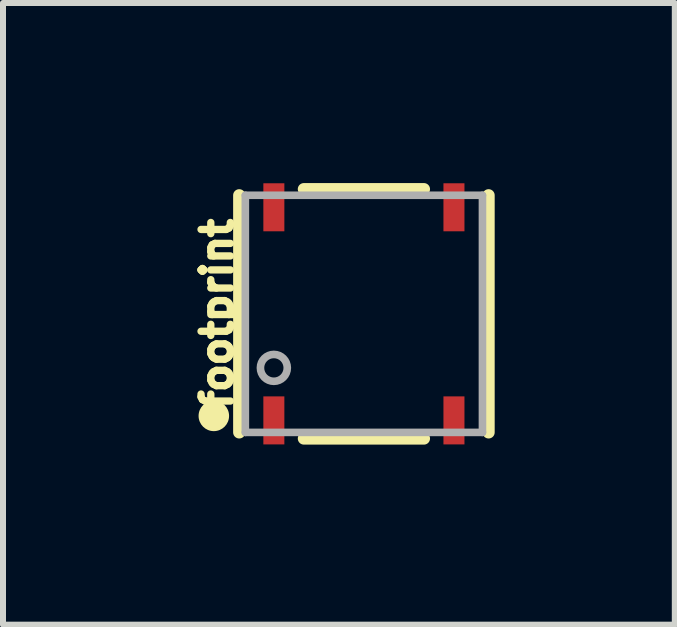
<source format=kicad_pcb>
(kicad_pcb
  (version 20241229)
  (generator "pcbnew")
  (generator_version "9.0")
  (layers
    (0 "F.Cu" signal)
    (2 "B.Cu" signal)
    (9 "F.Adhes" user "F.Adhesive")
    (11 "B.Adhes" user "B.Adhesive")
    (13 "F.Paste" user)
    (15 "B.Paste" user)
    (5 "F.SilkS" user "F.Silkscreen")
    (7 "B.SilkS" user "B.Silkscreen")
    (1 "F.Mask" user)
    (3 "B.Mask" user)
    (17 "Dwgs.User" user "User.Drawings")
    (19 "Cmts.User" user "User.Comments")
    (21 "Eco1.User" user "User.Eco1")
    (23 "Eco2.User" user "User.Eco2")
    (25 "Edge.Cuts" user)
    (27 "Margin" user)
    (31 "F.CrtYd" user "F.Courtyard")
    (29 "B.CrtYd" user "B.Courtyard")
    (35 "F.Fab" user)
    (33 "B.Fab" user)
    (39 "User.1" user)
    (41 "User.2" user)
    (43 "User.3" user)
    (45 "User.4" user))
  (footprint "footprint"
    (layer "F.Cu")
    (at 3.012 2.178)
    (property "Reference" "footprint" (at -2.159 0 90) (layer "F.SilkS") (effects (font (size 0.488 0.488) (thickness 0.122)) (justify bottom)))
    (fp_line (start -2.077 -1.975) (end -2.077 1.975) (stroke (width 0.203) (type solid)) (layer "F.SilkS"))
    (fp_line (start 1 -2.077) (end -1 -2.077) (stroke (width 0.203) (type solid)) (layer "F.SilkS"))
    (fp_line (start 1 2.077) (end -1 2.077) (stroke (width 0.203) (type solid)) (layer "F.SilkS"))
    (fp_line (start 2.077 -1.975) (end 2.077 1.975) (stroke (width 0.203) (type solid)) (layer "F.SilkS"))
    (fp_circle (center -2.5 1.7) (end -2.373 1.7) (stroke (width 0.254) (type solid)) (fill yes) (layer "F.SilkS"))
    (fp_line (start -1.975 -1.975) (end -1.975 1.975) (stroke (width 0.127) (type solid)) (layer "F.Fab"))
    (fp_line (start -1.975 1.975) (end 1.975 1.975) (stroke (width 0.127) (type solid)) (layer "F.Fab"))
    (fp_line (start 1.975 -1.975) (end -1.975 -1.975) (stroke (width 0.127) (type solid)) (layer "F.Fab"))
    (fp_line (start 1.975 1.975) (end 1.975 -1.975) (stroke (width 0.127) (type solid)) (layer "F.Fab"))
    (fp_circle (center -1.5 0.9) (end -1.276 0.9) (stroke (width 0.127) (type solid)) (fill no) (layer "F.Fab"))
    (pad "1" smd rect (at -1.5 1.775 90) (size 0.8 0.35) (layers "F.Cu" "F.Mask" "F.Paste"))
    (pad "5" smd rect (at 1.5 1.775 90) (size 0.8 0.35) (layers "F.Cu" "F.Mask" "F.Paste"))
    (pad "6" smd rect (at 1.5 -1.775 90) (size 0.8 0.35) (layers "F.Cu" "F.Mask" "F.Paste"))
    (pad "8" smd rect (at -1.5 -1.775 90) (size 0.8 0.35) (layers "F.Cu" "F.Mask" "F.Paste")))
  (gr_rect
    (start -3 -3)
    (end 8.191 7.356)
    (stroke (width 0.1) (type default))
    (fill no)
    (layer "Edge.Cuts")))
</source>
